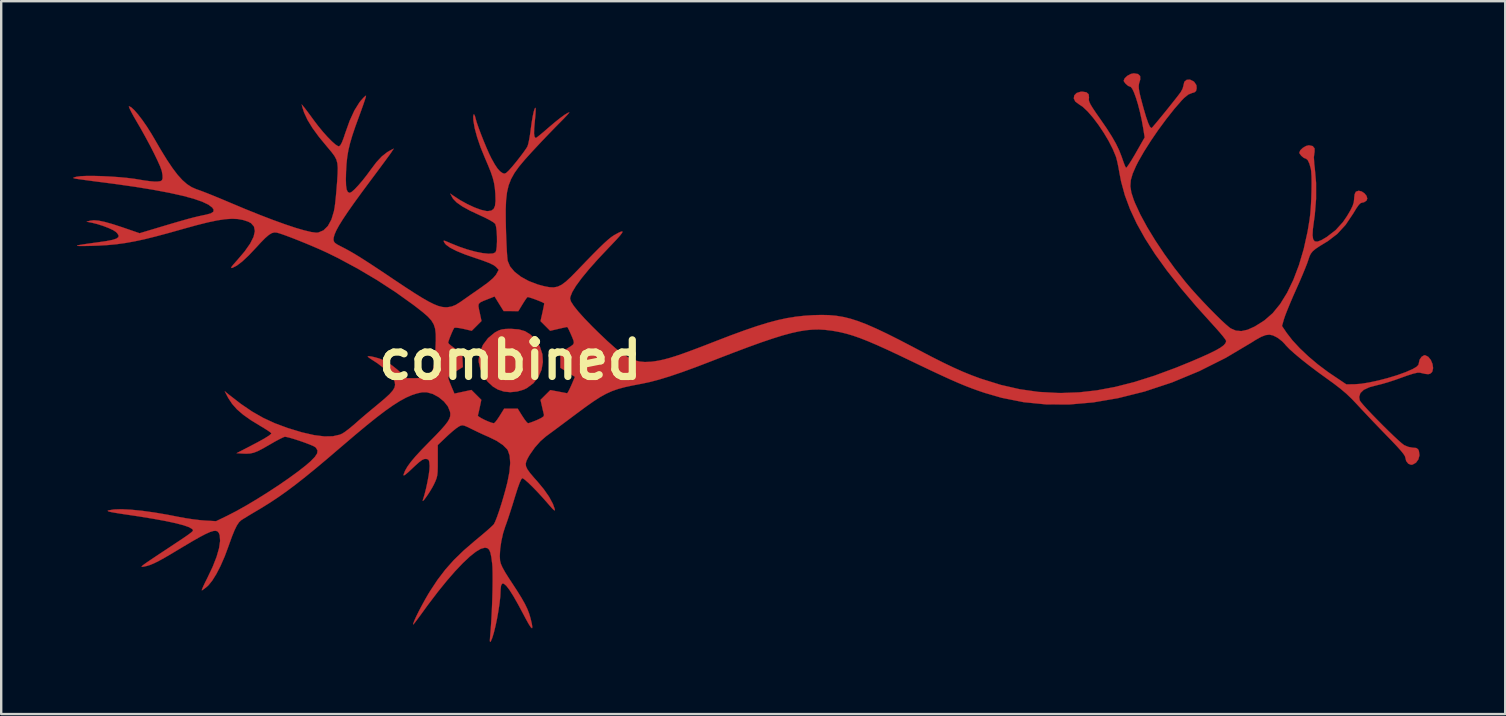
<source format=kicad_pcb>
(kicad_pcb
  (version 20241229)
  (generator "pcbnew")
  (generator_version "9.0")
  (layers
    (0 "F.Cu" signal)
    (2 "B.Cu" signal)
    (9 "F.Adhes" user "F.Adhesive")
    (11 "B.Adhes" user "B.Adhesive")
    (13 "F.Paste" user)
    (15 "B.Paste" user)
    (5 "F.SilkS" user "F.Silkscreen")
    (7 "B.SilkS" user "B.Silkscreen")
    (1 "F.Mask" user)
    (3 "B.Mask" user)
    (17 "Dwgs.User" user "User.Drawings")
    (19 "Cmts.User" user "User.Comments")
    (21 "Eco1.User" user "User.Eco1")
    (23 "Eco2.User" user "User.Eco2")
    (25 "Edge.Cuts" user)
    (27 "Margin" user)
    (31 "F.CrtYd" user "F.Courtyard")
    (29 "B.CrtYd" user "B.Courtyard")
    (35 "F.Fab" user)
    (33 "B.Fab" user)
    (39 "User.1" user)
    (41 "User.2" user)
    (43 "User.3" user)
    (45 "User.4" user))
  (footprint "combined"
    (layer "F.Cu")
    (at 18.21 11.943)
    (property "Reference" "combined" (at 0 0 0) (layer "F.SilkS") (effects (font (size 1.524 1.524) (thickness 0.3))))
    (attr through_hole)
    (fp_poly (pts (xy 0.353 -1.271) (xy 0.614 -1.195) (xy 0.838 -1.055) (xy 1.034 -0.858) (xy 1.228 -0.562) (xy 1.334 -0.24) (xy 1.356 0.091) (xy 1.299 0.414) (xy 1.165 0.714) (xy 0.959 0.973) (xy 0.684 1.176) (xy 0.556 1.238) (xy 0.286 1.316) (xy -0.004 1.345) (xy -0.264 1.319) (xy -0.268 1.318) (xy -0.515 1.237) (xy -0.721 1.115) (xy -0.924 0.927) (xy -0.952 0.898) (xy -1.123 0.658) (xy -1.25 0.376) (xy -1.316 0.092) (xy -1.321 -0.000001) (xy -1.273 -0.319) (xy -1.138 -0.629) (xy -0.929 -0.907) (xy -0.662 -1.129) (xy -0.619 -1.156) (xy -0.48 -1.229) (xy -0.35 -1.271) (xy -0.192 -1.29) (xy 0.025 -1.295) (xy 0.353 -1.271)) (stroke (width 0.01) (type solid)) (fill yes) (layer "F.Cu"))
    (fp_poly (pts (xy 26.148 -11.91) (xy 26.236 -11.826) (xy 26.241 -11.682) (xy 26.217 -11.6) (xy 26.189 -11.507) (xy 26.177 -11.408) (xy 26.184 -11.288) (xy 26.211 -11.129) (xy 26.262 -10.914) (xy 26.339 -10.625) (xy 26.376 -10.49) (xy 26.48 -10.134) (xy 26.569 -9.878) (xy 26.642 -9.72) (xy 26.7 -9.66) (xy 26.715 -9.661) (xy 26.758 -9.704) (xy 26.851 -9.812) (xy 26.982 -9.969) (xy 27.14 -10.161) (xy 27.312 -10.372) (xy 27.485 -10.588) (xy 27.648 -10.793) (xy 27.789 -10.972) (xy 27.894 -11.111) (xy 27.929 -11.158) (xy 28.004 -11.296) (xy 28.041 -11.425) (xy 28.042 -11.44) (xy 28.079 -11.587) (xy 28.177 -11.668) (xy 28.311 -11.677) (xy 28.458 -11.606) (xy 28.492 -11.578) (xy 28.581 -11.443) (xy 28.591 -11.313) (xy 28.565 -11.201) (xy 28.494 -11.144) (xy 28.397 -11.118) (xy 28.242 -11.054) (xy 28.068 -10.913) (xy 27.973 -10.816) (xy 27.655 -10.45) (xy 27.323 -10.03) (xy 26.991 -9.58) (xy 26.677 -9.12) (xy 26.395 -8.675) (xy 26.161 -8.267) (xy 26.065 -8.078) (xy 25.926 -7.76) (xy 25.847 -7.489) (xy 25.829 -7.237) (xy 25.87 -6.973) (xy 25.97 -6.667) (xy 26.025 -6.529) (xy 26.245 -6.054) (xy 26.53 -5.529) (xy 26.87 -4.971) (xy 27.254 -4.396) (xy 27.671 -3.821) (xy 28.111 -3.262) (xy 28.148 -3.217) (xy 28.356 -2.973) (xy 28.595 -2.706) (xy 28.852 -2.43) (xy 29.113 -2.156) (xy 29.367 -1.899) (xy 29.599 -1.671) (xy 29.798 -1.486) (xy 29.951 -1.356) (xy 30.015 -1.31) (xy 30.226 -1.219) (xy 30.456 -1.2) (xy 30.715 -1.257) (xy 31.011 -1.391) (xy 31.355 -1.606) (xy 31.428 -1.657) (xy 31.759 -1.946) (xy 32.07 -2.327) (xy 32.358 -2.793) (xy 32.62 -3.336) (xy 32.852 -3.947) (xy 33.051 -4.619) (xy 33.212 -5.344) (xy 33.297 -5.854) (xy 33.326 -6.099) (xy 33.349 -6.395) (xy 33.366 -6.72) (xy 33.376 -7.051) (xy 33.38 -7.365) (xy 33.376 -7.64) (xy 33.363 -7.853) (xy 33.349 -7.957) (xy 33.287 -8.179) (xy 33.217 -8.325) (xy 33.147 -8.382) (xy 33.141 -8.382) (xy 33.053 -8.418) (xy 32.953 -8.501) (xy 32.881 -8.594) (xy 32.868 -8.638) (xy 32.91 -8.734) (xy 33.015 -8.834) (xy 33.147 -8.911) (xy 33.265 -8.941) (xy 33.424 -8.908) (xy 33.504 -8.811) (xy 33.503 -8.654) (xy 33.495 -8.622) (xy 33.474 -8.444) (xy 33.49 -8.173) (xy 33.511 -8.001) (xy 33.566 -7.376) (xy 33.566 -6.707) (xy 33.512 -6.036) (xy 33.479 -5.8) (xy 33.433 -5.451) (xy 33.419 -5.195) (xy 33.444 -5.025) (xy 33.51 -4.938) (xy 33.622 -4.927) (xy 33.784 -4.987) (xy 34 -5.114) (xy 34.015 -5.124) (xy 34.384 -5.408) (xy 34.687 -5.743) (xy 34.858 -5.994) (xy 34.999 -6.233) (xy 35.089 -6.417) (xy 35.137 -6.57) (xy 35.153 -6.72) (xy 35.154 -6.753) (xy 35.172 -6.899) (xy 35.219 -7) (xy 35.228 -7.009) (xy 35.338 -7.047) (xy 35.464 -7.018) (xy 35.581 -6.94) (xy 35.667 -6.835) (xy 35.699 -6.722) (xy 35.666 -6.634) (xy 35.562 -6.567) (xy 35.488 -6.553) (xy 35.423 -6.532) (xy 35.347 -6.46) (xy 35.249 -6.323) (xy 35.118 -6.108) (xy 35.111 -6.096) (xy 34.797 -5.628) (xy 34.449 -5.249) (xy 34.058 -4.949) (xy 33.985 -4.905) (xy 33.732 -4.751) (xy 33.551 -4.631) (xy 33.428 -4.528) (xy 33.347 -4.426) (xy 33.291 -4.311) (xy 33.247 -4.179) (xy 33.2 -4.04) (xy 33.118 -3.83) (xy 33.01 -3.567) (xy 32.884 -3.272) (xy 32.748 -2.965) (xy 32.739 -2.946) (xy 32.603 -2.639) (xy 32.476 -2.341) (xy 32.367 -2.075) (xy 32.283 -1.86) (xy 32.233 -1.715) (xy 32.231 -1.71) (xy 32.146 -1.413) (xy 32.341 -1.125) (xy 32.577 -0.819) (xy 32.885 -0.486) (xy 33.246 -0.145) (xy 33.64 0.188) (xy 34.049 0.495) (xy 34.163 0.573) (xy 34.823 1.017) (xy 35.154 1.016) (xy 35.432 0.996) (xy 35.776 0.941) (xy 36.162 0.858) (xy 36.562 0.754) (xy 36.951 0.635) (xy 37.303 0.508) (xy 37.592 0.381) (xy 37.594 0.38) (xy 37.751 0.288) (xy 37.829 0.207) (xy 37.846 0.137) (xy 37.879 -0.009) (xy 37.961 -0.129) (xy 38.066 -0.192) (xy 38.113 -0.193) (xy 38.24 -0.129) (xy 38.345 0.001) (xy 38.416 0.168) (xy 38.441 0.339) (xy 38.41 0.483) (xy 38.376 0.529) (xy 38.315 0.577) (xy 38.238 0.595) (xy 38.121 0.584) (xy 37.937 0.543) (xy 37.893 0.532) (xy 37.788 0.533) (xy 37.615 0.572) (xy 37.364 0.652) (xy 37.131 0.736) (xy 36.853 0.835) (xy 36.567 0.928) (xy 36.309 1.003) (xy 36.119 1.05) (xy 35.787 1.138) (xy 35.552 1.247) (xy 35.412 1.381) (xy 35.362 1.541) (xy 35.385 1.684) (xy 35.432 1.756) (xy 35.541 1.886) (xy 35.699 2.06) (xy 35.893 2.266) (xy 36.112 2.491) (xy 36.342 2.723) (xy 36.571 2.95) (xy 36.787 3.158) (xy 36.977 3.335) (xy 37.129 3.469) (xy 37.23 3.547) (xy 37.236 3.551) (xy 37.405 3.622) (xy 37.585 3.657) (xy 37.606 3.657) (xy 37.741 3.67) (xy 37.814 3.722) (xy 37.849 3.792) (xy 37.874 3.97) (xy 37.828 4.143) (xy 37.727 4.283) (xy 37.587 4.361) (xy 37.523 4.369) (xy 37.407 4.324) (xy 37.319 4.212) (xy 37.287 4.08) (xy 37.269 4.015) (xy 37.209 3.919) (xy 37.101 3.784) (xy 36.937 3.601) (xy 36.711 3.362) (xy 36.535 3.182) (xy 36.269 2.907) (xy 35.988 2.615) (xy 35.714 2.327) (xy 35.47 2.067) (xy 35.289 1.872) (xy 35.054 1.624) (xy 34.827 1.407) (xy 34.581 1.199) (xy 34.291 0.976) (xy 34.037 0.793) (xy 33.644 0.508) (xy 33.278 0.232) (xy 32.951 -0.026) (xy 32.672 -0.259) (xy 32.453 -0.456) (xy 32.305 -0.61) (xy 32.271 -0.652) (xy 32.157 -0.772) (xy 32 -0.896) (xy 31.925 -0.944) (xy 31.768 -1.021) (xy 31.621 -1.052) (xy 31.463 -1.033) (xy 31.276 -0.96) (xy 31.042 -0.829) (xy 30.87 -0.72) (xy 29.805 -0.087) (xy 28.7 0.467) (xy 27.566 0.938) (xy 26.418 1.318) (xy 25.318 1.593) (xy 24.282 1.77) (xy 23.287 1.857) (xy 22.325 1.854) (xy 21.389 1.762) (xy 20.47 1.579) (xy 19.77 1.376) (xy 19.497 1.284) (xy 19.231 1.188) (xy 18.959 1.083) (xy 18.668 0.962) (xy 18.345 0.821) (xy 17.977 0.653) (xy 17.551 0.454) (xy 17.053 0.217) (xy 16.764 0.078) (xy 16.189 -0.197) (xy 15.694 -0.429) (xy 15.266 -0.622) (xy 14.895 -0.78) (xy 14.57 -0.908) (xy 14.28 -1.009) (xy 14.014 -1.089) (xy 13.761 -1.151) (xy 13.509 -1.199) (xy 13.364 -1.222) (xy 13.11 -1.252) (xy 12.858 -1.267) (xy 12.6 -1.262) (xy 12.328 -1.238) (xy 12.033 -1.191) (xy 11.708 -1.119) (xy 11.342 -1.02) (xy 10.929 -0.891) (xy 10.458 -0.732) (xy 9.923 -0.539) (xy 9.313 -0.31) (xy 8.622 -0.044) (xy 8.407 0.04) (xy 7.74 0.296) (xy 7.155 0.509) (xy 6.643 0.683) (xy 6.195 0.82) (xy 5.802 0.923) (xy 5.486 0.99) (xy 5.097 1.064) (xy 4.77 1.135) (xy 4.488 1.211) (xy 4.234 1.3) (xy 3.991 1.41) (xy 3.742 1.548) (xy 3.469 1.724) (xy 3.156 1.944) (xy 2.785 2.218) (xy 2.667 2.306) (xy 2.381 2.52) (xy 2.11 2.722) (xy 1.869 2.902) (xy 1.672 3.047) (xy 1.534 3.149) (xy 1.49 3.181) (xy 1.252 3.387) (xy 1.013 3.658) (xy 0.803 3.959) (xy 0.737 4.073) (xy 0.671 4.207) (xy 0.641 4.322) (xy 0.653 4.434) (xy 0.712 4.561) (xy 0.827 4.72) (xy 1.002 4.926) (xy 1.117 5.054) (xy 1.392 5.385) (xy 1.614 5.703) (xy 1.771 5.994) (xy 1.85 6.214) (xy 1.854 6.267) (xy 1.824 6.263) (xy 1.751 6.195) (xy 1.628 6.057) (xy 1.566 5.985) (xy 1.349 5.738) (xy 1.133 5.503) (xy 0.929 5.293) (xy 0.751 5.12) (xy 0.61 4.996) (xy 0.518 4.933) (xy 0.498 4.928) (xy 0.454 4.974) (xy 0.39 5.113) (xy 0.305 5.347) (xy 0.2 5.679) (xy 0.177 5.753) (xy 0.083 6.06) (xy -0.014 6.362) (xy -0.103 6.634) (xy -0.178 6.85) (xy -0.21 6.934) (xy -0.303 7.227) (xy -0.376 7.555) (xy -0.424 7.883) (xy -0.44 8.179) (xy -0.428 8.366) (xy -0.396 8.492) (xy -0.329 8.645) (xy -0.22 8.841) (xy -0.061 9.095) (xy 0.051 9.266) (xy 0.286 9.625) (xy 0.468 9.919) (xy 0.607 10.165) (xy 0.71 10.379) (xy 0.786 10.576) (xy 0.839 10.754) (xy 0.894 10.986) (xy 0.916 11.128) (xy 0.903 11.179) (xy 0.853 11.138) (xy 0.766 11.004) (xy 0.64 10.778) (xy 0.569 10.643) (xy 0.331 10.197) (xy 0.13 9.844) (xy -0.036 9.582) (xy -0.169 9.409) (xy -0.271 9.323) (xy -0.344 9.323) (xy -0.388 9.407) (xy -0.406 9.573) (xy -0.407 9.617) (xy -0.418 9.851) (xy -0.449 10.136) (xy -0.496 10.451) (xy -0.553 10.774) (xy -0.618 11.084) (xy -0.686 11.36) (xy -0.752 11.579) (xy -0.813 11.722) (xy -0.818 11.73) (xy -0.846 11.749) (xy -0.853 11.681) (xy -0.843 11.532) (xy -0.815 11.194) (xy -0.79 10.811) (xy -0.769 10.402) (xy -0.753 9.985) (xy -0.742 9.58) (xy -0.737 9.206) (xy -0.738 8.881) (xy -0.745 8.625) (xy -0.755 8.498) (xy -0.791 8.219) (xy -0.831 8.027) (xy -0.882 7.907) (xy -0.95 7.844) (xy -1.042 7.824) (xy -1.061 7.823) (xy -1.226 7.866) (xy -1.437 7.991) (xy -1.69 8.192) (xy -1.98 8.465) (xy -2.302 8.804) (xy -2.65 9.204) (xy -3.019 9.66) (xy -3.405 10.167) (xy -3.581 10.408) (xy -3.737 10.623) (xy -3.872 10.805) (xy -3.974 10.94) (xy -4.033 11.014) (xy -4.043 11.024) (xy -4.044 10.982) (xy -4.002 10.869) (xy -3.925 10.699) (xy -3.822 10.489) (xy -3.699 10.254) (xy -3.566 10.01) (xy -3.43 9.774) (xy -3.348 9.639) (xy -3.034 9.163) (xy -2.709 8.737) (xy -2.354 8.337) (xy -1.948 7.943) (xy -1.472 7.532) (xy -1.41 7.482) (xy -1.187 7.296) (xy -0.986 7.125) (xy -0.825 6.981) (xy -0.718 6.879) (xy -0.685 6.842) (xy -0.63 6.733) (xy -0.555 6.544) (xy -0.468 6.295) (xy -0.374 6.003) (xy -0.28 5.688) (xy -0.191 5.369) (xy -0.119 5.086) (xy -0.036 4.66) (xy -0.005 4.293) (xy -0.027 3.994) (xy -0.102 3.772) (xy -0.133 3.723) (xy -0.31 3.546) (xy -0.57 3.371) (xy -0.895 3.212) (xy -0.914 3.204) (xy -1.098 3.123) (xy -1.327 3.017) (xy -1.556 2.906) (xy -1.589 2.89) (xy -1.782 2.795) (xy -1.908 2.742) (xy -1.995 2.724) (xy -2.065 2.737) (xy -2.139 2.772) (xy -2.243 2.841) (xy -2.394 2.962) (xy -2.567 3.114) (xy -2.658 3.199) (xy -3.023 3.547) (xy -3.023 4.199) (xy -3.024 4.472) (xy -3.03 4.668) (xy -3.046 4.814) (xy -3.075 4.934) (xy -3.122 5.055) (xy -3.181 5.182) (xy -3.253 5.318) (xy -3.343 5.468) (xy -3.438 5.615) (xy -3.528 5.743) (xy -3.6 5.836) (xy -3.645 5.877) (xy -3.649 5.851) (xy -3.645 5.838) (xy -3.578 5.62) (xy -3.511 5.357) (xy -3.451 5.077) (xy -3.402 4.808) (xy -3.371 4.579) (xy -3.362 4.417) (xy -3.363 4.411) (xy -3.376 4.253) (xy -3.402 4.17) (xy -3.455 4.135) (xy -3.515 4.124) (xy -3.591 4.13) (xy -3.679 4.171) (xy -3.798 4.259) (xy -3.961 4.404) (xy -4.068 4.505) (xy -4.251 4.676) (xy -4.371 4.777) (xy -4.435 4.815) (xy -4.451 4.795) (xy -4.447 4.775) (xy -4.386 4.618) (xy -4.288 4.447) (xy -4.146 4.251) (xy -3.951 4.019) (xy -3.694 3.742) (xy -3.404 3.444) (xy -3.113 3.149) (xy -2.889 2.912) (xy -2.724 2.724) (xy -2.609 2.574) (xy -2.539 2.45) (xy -2.505 2.343) (xy -2.5 2.241) (xy -2.511 2.163) (xy -2.599 1.941) (xy -2.765 1.732) (xy -2.984 1.552) (xy -3.231 1.418) (xy -3.484 1.348) (xy -3.675 1.349) (xy -3.891 1.396) (xy -4.112 1.469) (xy -4.348 1.573) (xy -4.605 1.713) (xy -4.89 1.894) (xy -5.211 2.12) (xy -5.575 2.397) (xy -5.99 2.73) (xy -6.462 3.123) (xy -7 3.582) (xy -7.044 3.619) (xy -7.602 4.097) (xy -8.098 4.513) (xy -8.542 4.875) (xy -8.944 5.191) (xy -9.317 5.47) (xy -9.669 5.719) (xy -10.013 5.947) (xy -10.358 6.162) (xy -10.516 6.256) (xy -10.744 6.391) (xy -10.948 6.514) (xy -11.11 6.613) (xy -11.207 6.675) (xy -11.214 6.68) (xy -11.303 6.764) (xy -11.392 6.897) (xy -11.487 7.089) (xy -11.595 7.355) (xy -11.722 7.705) (xy -11.743 7.765) (xy -11.902 8.192) (xy -12.074 8.584) (xy -12.25 8.925) (xy -12.423 9.201) (xy -12.583 9.396) (xy -12.62 9.43) (xy -12.739 9.527) (xy -12.827 9.589) (xy -12.853 9.601) (xy -12.845 9.559) (xy -12.797 9.445) (xy -12.718 9.276) (xy -12.619 9.079) (xy -12.401 8.621) (xy -12.239 8.208) (xy -12.135 7.846) (xy -12.09 7.544) (xy -12.106 7.31) (xy -12.143 7.21) (xy -12.192 7.149) (xy -12.263 7.12) (xy -12.365 7.125) (xy -12.507 7.168) (xy -12.698 7.253) (xy -12.945 7.383) (xy -13.258 7.561) (xy -13.645 7.791) (xy -13.743 7.85) (xy -14.113 8.072) (xy -14.411 8.246) (xy -14.649 8.377) (xy -14.84 8.472) (xy -14.998 8.539) (xy -15.135 8.582) (xy -15.238 8.605) (xy -15.306 8.617) (xy -15.35 8.62) (xy -15.361 8.609) (xy -15.333 8.576) (xy -15.257 8.517) (xy -15.127 8.425) (xy -14.934 8.295) (xy -14.671 8.119) (xy -14.351 7.908) (xy -14.004 7.678) (xy -13.733 7.498) (xy -13.53 7.361) (xy -13.386 7.259) (xy -13.292 7.187) (xy -13.239 7.137) (xy -13.22 7.103) (xy -13.226 7.077) (xy -13.248 7.054) (xy -13.261 7.041) (xy -13.387 6.967) (xy -13.613 6.888) (xy -13.937 6.803) (xy -14.36 6.712) (xy -14.879 6.617) (xy -15.492 6.517) (xy -15.923 6.453) (xy -16.259 6.403) (xy -16.503 6.363) (xy -16.664 6.332) (xy -16.752 6.307) (xy -16.775 6.287) (xy -16.743 6.269) (xy -16.739 6.268) (xy -16.512 6.23) (xy -16.197 6.221) (xy -15.807 6.24) (xy -15.349 6.285) (xy -14.835 6.356) (xy -14.275 6.451) (xy -13.843 6.536) (xy -13.544 6.591) (xy -13.221 6.64) (xy -12.92 6.676) (xy -12.746 6.691) (xy -12.259 6.719) (xy -11.781 6.487) (xy -11.405 6.293) (xy -10.985 6.057) (xy -10.539 5.79) (xy -10.084 5.505) (xy -9.636 5.211) (xy -9.215 4.92) (xy -8.836 4.644) (xy -8.517 4.394) (xy -8.321 4.224) (xy -8.142 4.04) (xy -8.047 3.894) (xy -8.033 3.773) (xy -8.095 3.664) (xy -8.125 3.635) (xy -8.208 3.587) (xy -8.365 3.521) (xy -8.568 3.444) (xy -8.794 3.365) (xy -9.016 3.294) (xy -9.21 3.237) (xy -9.351 3.206) (xy -9.393 3.201) (xy -9.466 3.227) (xy -9.606 3.295) (xy -9.794 3.395) (xy -10.009 3.519) (xy -10.03 3.531) (xy -10.303 3.688) (xy -10.514 3.797) (xy -10.687 3.865) (xy -10.844 3.899) (xy -11.009 3.908) (xy -11.151 3.902) (xy -11.405 3.886) (xy -10.871 3.611) (xy -10.511 3.422) (xy -10.242 3.272) (xy -10.063 3.16) (xy -9.971 3.085) (xy -9.957 3.058) (xy -9.998 3.017) (xy -10.109 2.939) (xy -10.271 2.837) (xy -10.404 2.757) (xy -10.81 2.509) (xy -11.133 2.28) (xy -11.388 2.06) (xy -11.588 1.834) (xy -11.748 1.592) (xy -11.795 1.504) (xy -11.897 1.306) (xy -11.727 1.445) (xy -11.224 1.834) (xy -10.754 2.154) (xy -10.289 2.418) (xy -9.807 2.641) (xy -9.281 2.836) (xy -9.262 2.842) (xy -8.682 3.018) (xy -8.179 3.133) (xy -7.751 3.187) (xy -7.394 3.181) (xy -7.104 3.115) (xy -7.008 3.073) (xy -6.893 3) (xy -6.731 2.878) (xy -6.548 2.727) (xy -6.457 2.648) (xy -6.271 2.484) (xy -6.035 2.282) (xy -5.777 2.066) (xy -5.528 1.86) (xy -5.505 1.841) (xy -5.232 1.611) (xy -5.033 1.428) (xy -4.901 1.279) (xy -4.826 1.153) (xy -4.801 1.037) (xy -4.817 0.919) (xy -4.826 0.888) (xy -4.917 0.722) (xy -5.077 0.529) (xy -5.29 0.329) (xy -5.534 0.141) (xy -5.652 0.064) (xy -5.798 -0.03) (xy -5.903 -0.103) (xy -5.944 -0.141) (xy -5.944 -0.141) (xy -5.9 -0.155) (xy -5.787 -0.142) (xy -5.632 -0.107) (xy -5.46 -0.057) (xy -5.299 0.002) (xy -5.258 0.02) (xy -5.1 0.11) (xy -4.906 0.247) (xy -4.711 0.404) (xy -4.66 0.449) (xy -4.316 0.762) (xy -3.949 0.761) (xy -3.704 0.752) (xy -3.595 0.731) (xy -2.591 0.731) (xy -2.572 0.804) (xy -2.523 0.94) (xy -2.46 1.096) (xy -2.329 1.404) (xy -1.975 1.328) (xy -1.62 1.252) (xy -1.209 1.663) (xy -1.271 1.96) (xy -1.308 2.13) (xy -1.339 2.262) (xy -1.355 2.316) (xy -1.322 2.358) (xy -1.221 2.421) (xy -1.08 2.495) (xy -0.925 2.564) (xy -0.785 2.616) (xy -0.686 2.639) (xy -0.686 2.639) (xy -0.636 2.599) (xy -0.552 2.494) (xy -0.453 2.346) (xy -0.447 2.336) (xy -0.258 2.032) (xy 0.308 2.032) (xy 0.497 2.335) (xy 0.597 2.485) (xy 0.683 2.594) (xy 0.735 2.639) (xy 0.737 2.639) (xy 0.806 2.622) (xy 0.94 2.574) (xy 1.106 2.507) (xy 1.287 2.421) (xy 1.383 2.353) (xy 1.403 2.293) (xy 1.402 2.291) (xy 1.379 2.197) (xy 1.343 2.045) (xy 1.319 1.938) (xy 1.257 1.665) (xy 1.666 1.257) (xy 2 1.32) (xy 2.174 1.353) (xy 2.306 1.378) (xy 2.365 1.39) (xy 2.398 1.35) (xy 2.457 1.239) (xy 2.531 1.079) (xy 2.543 1.052) (xy 2.69 0.707) (xy 2.087 0.33) (xy 2.085 0.016) (xy 2.083 -0.299) (xy 2.384 -0.485) (xy 2.526 -0.572) (xy 2.612 -0.638) (xy 2.646 -0.707) (xy 2.632 -0.803) (xy 2.575 -0.95) (xy 2.496 -1.13) (xy 2.433 -1.266) (xy 2.384 -1.354) (xy 2.367 -1.372) (xy 2.309 -1.361) (xy 2.18 -1.333) (xy 2.007 -1.294) (xy 2.001 -1.292) (xy 1.659 -1.213) (xy 1.458 -1.414) (xy 1.257 -1.615) (xy 1.34 -1.984) (xy 1.378 -2.162) (xy 1.404 -2.296) (xy 1.411 -2.359) (xy 1.41 -2.361) (xy 1.317 -2.408) (xy 1.175 -2.467) (xy 1.014 -2.529) (xy 0.863 -2.581) (xy 0.753 -2.614) (xy 0.714 -2.618) (xy 0.669 -2.565) (xy 0.59 -2.45) (xy 0.504 -2.313) (xy 0.334 -2.032) (xy 0.027 -2.033) (xy -0.279 -2.033) (xy -0.468 -2.337) (xy -0.656 -2.642) (xy -0.92 -2.538) (xy -1.125 -2.457) (xy -1.252 -2.396) (xy -1.315 -2.333) (xy -1.329 -2.245) (xy -1.307 -2.111) (xy -1.278 -1.981) (xy -1.201 -1.62) (xy -1.608 -1.213) (xy -1.956 -1.294) (xy -2.133 -1.328) (xy -2.269 -1.343) (xy -2.336 -1.336) (xy -2.337 -1.335) (xy -2.379 -1.262) (xy -2.439 -1.131) (xy -2.503 -0.976) (xy -2.558 -0.831) (xy -2.588 -0.733) (xy -2.591 -0.716) (xy -2.551 -0.663) (xy -2.448 -0.576) (xy -2.302 -0.473) (xy -2.299 -0.47) (xy -2.007 -0.277) (xy -1.976 0.296) (xy -2.284 0.485) (xy -2.435 0.586) (xy -2.545 0.673) (xy -2.591 0.729) (xy -2.591 0.731) (xy -3.595 0.731) (xy -3.515 0.716) (xy -3.374 0.643) (xy -3.273 0.52) (xy -3.204 0.337) (xy -3.159 0.081) (xy -3.13 -0.259) (xy -3.119 -0.46) (xy -3.105 -0.804) (xy -3.107 -1.077) (xy -3.132 -1.296) (xy -3.191 -1.48) (xy -3.291 -1.646) (xy -3.443 -1.812) (xy -3.656 -1.996) (xy -3.938 -2.216) (xy -4.061 -2.309) (xy -4.771 -2.817) (xy -5.547 -3.322) (xy -6.358 -3.802) (xy -7.171 -4.239) (xy -7.62 -4.46) (xy -7.883 -4.581) (xy -8.184 -4.712) (xy -8.503 -4.846) (xy -8.823 -4.976) (xy -9.124 -5.094) (xy -9.388 -5.193) (xy -9.596 -5.265) (xy -9.728 -5.303) (xy -9.833 -5.31) (xy -9.94 -5.281) (xy -10.062 -5.206) (xy -10.212 -5.077) (xy -10.402 -4.884) (xy -10.59 -4.679) (xy -10.9 -4.351) (xy -11.171 -4.098) (xy -11.399 -3.925) (xy -11.58 -3.834) (xy -11.58 -3.834) (xy -11.627 -3.83) (xy -11.62 -3.868) (xy -11.553 -3.956) (xy -11.422 -4.105) (xy -11.39 -4.14) (xy -11.07 -4.516) (xy -10.838 -4.846) (xy -10.696 -5.129) (xy -10.642 -5.366) (xy -10.679 -5.555) (xy -10.804 -5.698) (xy -10.923 -5.76) (xy -11.129 -5.828) (xy -11.35 -5.869) (xy -11.596 -5.88) (xy -11.879 -5.862) (xy -12.21 -5.812) (xy -12.602 -5.73) (xy -13.065 -5.614) (xy -13.611 -5.463) (xy -13.636 -5.456) (xy -14.243 -5.285) (xy -14.77 -5.144) (xy -15.232 -5.029) (xy -15.647 -4.94) (xy -16.029 -4.871) (xy -16.395 -4.82) (xy -16.76 -4.785) (xy -17.142 -4.762) (xy -17.45 -4.751) (xy -17.735 -4.745) (xy -17.931 -4.744) (xy -18.037 -4.75) (xy -18.049 -4.763) (xy -17.967 -4.784) (xy -17.789 -4.814) (xy -17.513 -4.854) (xy -17.157 -4.902) (xy -16.816 -4.952) (xy -16.568 -5.001) (xy -16.408 -5.054) (xy -16.327 -5.115) (xy -16.319 -5.187) (xy -16.376 -5.276) (xy -16.427 -5.328) (xy -16.544 -5.405) (xy -16.732 -5.493) (xy -16.962 -5.581) (xy -17.207 -5.659) (xy -17.438 -5.717) (xy -17.458 -5.72) (xy -17.653 -5.757) (xy -17.501 -5.799) (xy -17.351 -5.818) (xy -17.151 -5.801) (xy -16.89 -5.746) (xy -16.558 -5.653) (xy -16.145 -5.518) (xy -16.117 -5.508) (xy -15.445 -5.277) (xy -14.517 -5.555) (xy -14.081 -5.685) (xy -13.726 -5.788) (xy -13.436 -5.87) (xy -13.195 -5.934) (xy -12.986 -5.984) (xy -12.795 -6.026) (xy -12.684 -6.048) (xy -12.48 -6.103) (xy -12.373 -6.172) (xy -12.361 -6.26) (xy -12.417 -6.346) (xy -12.579 -6.469) (xy -12.841 -6.593) (xy -13.201 -6.717) (xy -13.659 -6.84) (xy -14.212 -6.963) (xy -14.86 -7.085) (xy -15.6 -7.206) (xy -16.432 -7.325) (xy -16.942 -7.392) (xy -17.267 -7.433) (xy -17.565 -7.473) (xy -17.818 -7.507) (xy -18.009 -7.534) (xy -18.121 -7.552) (xy -18.136 -7.555) (xy -18.205 -7.575) (xy -18.196 -7.595) (xy -18.098 -7.623) (xy -18.059 -7.632) (xy -17.897 -7.653) (xy -17.654 -7.664) (xy -17.351 -7.664) (xy -17.009 -7.655) (xy -16.648 -7.637) (xy -16.287 -7.612) (xy -15.949 -7.58) (xy -15.653 -7.543) (xy -15.505 -7.518) (xy -15.251 -7.476) (xy -15.012 -7.444) (xy -14.818 -7.427) (xy -14.717 -7.427) (xy -14.578 -7.445) (xy -14.511 -7.487) (xy -14.486 -7.567) (xy -14.489 -7.696) (xy -14.518 -7.86) (xy -14.528 -7.897) (xy -14.591 -8.067) (xy -14.698 -8.306) (xy -14.839 -8.598) (xy -15.007 -8.927) (xy -15.194 -9.275) (xy -15.389 -9.626) (xy -15.562 -9.922) (xy -15.692 -10.147) (xy -15.795 -10.338) (xy -15.864 -10.479) (xy -15.891 -10.557) (xy -15.886 -10.566) (xy -15.796 -10.524) (xy -15.667 -10.406) (xy -15.509 -10.225) (xy -15.331 -9.993) (xy -15.144 -9.724) (xy -14.958 -9.43) (xy -14.862 -9.267) (xy -14.566 -8.758) (xy -14.305 -8.334) (xy -14.071 -7.986) (xy -13.859 -7.707) (xy -13.66 -7.488) (xy -13.469 -7.321) (xy -13.279 -7.198) (xy -13.082 -7.111) (xy -13.028 -7.093) (xy -12.891 -7.044) (xy -12.679 -6.963) (xy -12.412 -6.856) (xy -12.107 -6.731) (xy -11.785 -6.596) (xy -11.684 -6.553) (xy -11.038 -6.282) (xy -10.436 -6.04) (xy -9.884 -5.828) (xy -9.388 -5.649) (xy -8.955 -5.504) (xy -8.589 -5.397) (xy -8.299 -5.328) (xy -8.09 -5.3) (xy -8.004 -5.305) (xy -7.785 -5.396) (xy -7.6 -5.579) (xy -7.453 -5.848) (xy -7.348 -6.198) (xy -7.32 -6.351) (xy -7.297 -6.525) (xy -7.271 -6.77) (xy -7.245 -7.058) (xy -7.221 -7.358) (xy -7.215 -7.431) (xy -7.195 -7.755) (xy -7.189 -8) (xy -7.205 -8.19) (xy -7.248 -8.347) (xy -7.326 -8.495) (xy -7.445 -8.656) (xy -7.611 -8.854) (xy -7.62 -8.865) (xy -7.971 -9.289) (xy -8.245 -9.664) (xy -8.45 -9.999) (xy -8.592 -10.304) (xy -8.66 -10.516) (xy -8.692 -10.643) (xy -8.601 -10.535) (xy -8.532 -10.448) (xy -8.422 -10.303) (xy -8.289 -10.122) (xy -8.204 -10.005) (xy -8.008 -9.746) (xy -7.806 -9.5) (xy -7.61 -9.281) (xy -7.431 -9.1) (xy -7.282 -8.97) (xy -7.174 -8.903) (xy -7.138 -8.898) (xy -7.082 -8.94) (xy -7.019 -9.054) (xy -6.943 -9.249) (xy -6.886 -9.423) (xy -6.696 -9.956) (xy -6.497 -10.39) (xy -6.289 -10.724) (xy -6.22 -10.81) (xy -6.116 -10.925) (xy -6.039 -10.995) (xy -6.012 -11.007) (xy -6.021 -10.955) (xy -6.062 -10.823) (xy -6.128 -10.629) (xy -6.214 -10.388) (xy -6.29 -10.179) (xy -6.455 -9.728) (xy -6.583 -9.349) (xy -6.679 -9.022) (xy -6.749 -8.728) (xy -6.796 -8.445) (xy -6.827 -8.154) (xy -6.844 -7.844) (xy -6.852 -7.508) (xy -6.844 -7.262) (xy -6.819 -7.096) (xy -6.773 -6.999) (xy -6.707 -6.961) (xy -6.686 -6.96) (xy -6.609 -6.999) (xy -6.486 -7.107) (xy -6.331 -7.271) (xy -6.156 -7.475) (xy -5.974 -7.707) (xy -5.828 -7.906) (xy -5.582 -8.232) (xy -5.356 -8.475) (xy -5.136 -8.649) (xy -5.018 -8.718) (xy -4.857 -8.801) (xy -4.951 -8.657) (xy -5.007 -8.577) (xy -5.115 -8.429) (xy -5.264 -8.226) (xy -5.446 -7.98) (xy -5.649 -7.707) (xy -5.797 -7.509) (xy -6.178 -6.996) (xy -6.498 -6.556) (xy -6.761 -6.182) (xy -6.971 -5.868) (xy -7.133 -5.608) (xy -7.249 -5.396) (xy -7.323 -5.226) (xy -7.36 -5.092) (xy -7.366 -5.026) (xy -7.356 -4.946) (xy -7.312 -4.88) (xy -7.217 -4.811) (xy -7.049 -4.722) (xy -7.023 -4.709) (xy -6.851 -4.62) (xy -6.677 -4.524) (xy -6.489 -4.415) (xy -6.276 -4.285) (xy -6.028 -4.127) (xy -5.732 -3.935) (xy -5.378 -3.701) (xy -4.956 -3.418) (xy -4.821 -3.327) (xy -4.367 -3.025) (xy -3.986 -2.778) (xy -3.669 -2.582) (xy -3.406 -2.431) (xy -3.188 -2.322) (xy -3.005 -2.248) (xy -2.849 -2.207) (xy -2.711 -2.192) (xy -2.622 -2.194) (xy -2.444 -2.224) (xy -2.278 -2.29) (xy -2.086 -2.409) (xy -2.056 -2.43) (xy -1.89 -2.546) (xy -1.671 -2.7) (xy -1.428 -2.869) (xy -1.219 -3.014) (xy -0.926 -3.228) (xy -0.721 -3.404) (xy -0.6 -3.544) (xy -0.585 -3.569) (xy -0.485 -3.753) (xy -0.603 -3.879) (xy -0.706 -3.954) (xy -0.89 -4.041) (xy -1.161 -4.144) (xy -1.44 -4.238) (xy -1.883 -4.391) (xy -2.24 -4.537) (xy -2.507 -4.674) (xy -2.681 -4.8) (xy -2.743 -4.877) (xy -2.775 -4.941) (xy -2.773 -4.969) (xy -2.72 -4.958) (xy -2.6 -4.909) (xy -2.483 -4.858) (xy -2.132 -4.716) (xy -1.784 -4.598) (xy -1.455 -4.508) (xy -1.158 -4.449) (xy -0.909 -4.423) (xy -0.723 -4.434) (xy -0.62 -4.481) (xy -0.587 -4.565) (xy -0.566 -4.723) (xy -0.556 -4.928) (xy -0.558 -5.151) (xy -0.57 -5.366) (xy -0.593 -5.544) (xy -0.626 -5.66) (xy -0.634 -5.672) (xy -0.709 -5.735) (xy -0.856 -5.823) (xy -1.053 -5.925) (xy -1.249 -6.016) (xy -1.673 -6.214) (xy -2.001 -6.394) (xy -2.237 -6.56) (xy -2.385 -6.712) (xy -2.417 -6.765) (xy -2.503 -6.93) (xy -2.382 -6.844) (xy -2.096 -6.658) (xy -1.793 -6.491) (xy -1.496 -6.352) (xy -1.226 -6.253) (xy -1.006 -6.202) (xy -0.94 -6.198) (xy -0.796 -6.218) (xy -0.697 -6.287) (xy -0.639 -6.417) (xy -0.616 -6.621) (xy -0.624 -6.911) (xy -0.624 -6.924) (xy -0.645 -7.157) (xy -0.678 -7.369) (xy -0.731 -7.581) (xy -0.811 -7.819) (xy -0.925 -8.103) (xy -1.057 -8.411) (xy -1.238 -8.853) (xy -1.382 -9.274) (xy -1.485 -9.653) (xy -1.539 -9.968) (xy -1.539 -9.97) (xy -1.546 -10.136) (xy -1.532 -10.222) (xy -1.502 -10.22) (xy -1.464 -10.125) (xy -1.448 -10.058) (xy -1.403 -9.9) (xy -1.325 -9.676) (xy -1.225 -9.408) (xy -1.112 -9.123) (xy -0.996 -8.844) (xy -0.887 -8.596) (xy -0.794 -8.405) (xy -0.789 -8.396) (xy -0.649 -8.145) (xy -0.533 -7.971) (xy -0.428 -7.855) (xy -0.323 -7.782) (xy -0.251 -7.759) (xy -0.178 -7.786) (xy -0.078 -7.877) (xy -0.042 -7.915) (xy 0.091 -8.065) (xy 0.248 -8.255) (xy 0.408 -8.46) (xy 0.554 -8.654) (xy 0.665 -8.813) (xy 0.711 -8.889) (xy 0.744 -8.989) (xy 0.782 -9.163) (xy 0.82 -9.384) (xy 0.844 -9.563) (xy 0.887 -9.878) (xy 0.931 -10.141) (xy 0.974 -10.34) (xy 1.013 -10.465) (xy 1.045 -10.502) (xy 1.05 -10.499) (xy 1.056 -10.44) (xy 1.051 -10.303) (xy 1.036 -10.11) (xy 1.02 -9.943) (xy 0.993 -9.64) (xy 0.988 -9.429) (xy 1.007 -9.301) (xy 1.049 -9.248) (xy 1.064 -9.246) (xy 1.114 -9.277) (xy 1.224 -9.364) (xy 1.379 -9.492) (xy 1.561 -9.65) (xy 1.579 -9.666) (xy 1.845 -9.892) (xy 2.077 -10.077) (xy 2.266 -10.214) (xy 2.401 -10.294) (xy 2.458 -10.312) (xy 2.437 -10.279) (xy 2.356 -10.188) (xy 2.226 -10.051) (xy 2.061 -9.883) (xy 2.02 -9.843) (xy 1.824 -9.643) (xy 1.582 -9.393) (xy 1.318 -9.117) (xy 1.056 -8.837) (xy 0.888 -8.657) (xy 0.595 -8.332) (xy 0.358 -8.048) (xy 0.172 -7.788) (xy 0.031 -7.535) (xy -0.071 -7.274) (xy -0.138 -6.987) (xy -0.177 -6.658) (xy -0.193 -6.271) (xy -0.191 -5.809) (xy -0.184 -5.486) (xy -0.174 -5.141) (xy -0.16 -4.818) (xy -0.146 -4.533) (xy -0.13 -4.307) (xy -0.115 -4.157) (xy -0.109 -4.123) (xy -0.012 -3.893) (xy 0.175 -3.671) (xy 0.438 -3.466) (xy 0.765 -3.286) (xy 1.145 -3.141) (xy 1.416 -3.068) (xy 1.628 -3.028) (xy 1.807 -3.02) (xy 1.97 -3.051) (xy 2.133 -3.128) (xy 2.312 -3.26) (xy 2.523 -3.455) (xy 2.782 -3.719) (xy 2.79 -3.727) (xy 3.153 -4.105) (xy 3.455 -4.415) (xy 3.703 -4.664) (xy 3.905 -4.858) (xy 4.068 -5.005) (xy 4.199 -5.112) (xy 4.306 -5.185) (xy 4.326 -5.197) (xy 4.506 -5.296) (xy 4.622 -5.348) (xy 4.674 -5.349) (xy 4.658 -5.296) (xy 4.574 -5.185) (xy 4.421 -5.013) (xy 4.196 -4.775) (xy 4.107 -4.683) (xy 3.657 -4.206) (xy 3.277 -3.78) (xy 2.97 -3.406) (xy 2.736 -3.088) (xy 2.579 -2.827) (xy 2.5 -2.626) (xy 2.489 -2.547) (xy 2.528 -2.427) (xy 2.644 -2.247) (xy 2.833 -2.011) (xy 3.092 -1.723) (xy 3.419 -1.386) (xy 3.678 -1.131) (xy 4.054 -0.774) (xy 4.376 -0.488) (xy 4.657 -0.268) (xy 4.908 -0.106) (xy 5.142 0.003) (xy 5.37 0.066) (xy 5.604 0.088) (xy 5.857 0.077) (xy 5.995 0.06) (xy 6.19 0.028) (xy 6.396 -0.017) (xy 6.624 -0.078) (xy 6.886 -0.159) (xy 7.194 -0.264) (xy 7.56 -0.398) (xy 7.995 -0.562) (xy 8.512 -0.763) (xy 8.514 -0.764) (xy 9.171 -1.017) (xy 9.75 -1.229) (xy 10.262 -1.404) (xy 10.72 -1.546) (xy 11.137 -1.657) (xy 11.525 -1.741) (xy 11.897 -1.801) (xy 12.266 -1.841) (xy 12.633 -1.864) (xy 12.964 -1.872) (xy 13.274 -1.865) (xy 13.571 -1.839) (xy 13.866 -1.79) (xy 14.172 -1.716) (xy 14.497 -1.612) (xy 14.852 -1.475) (xy 15.249 -1.301) (xy 15.698 -1.088) (xy 16.209 -0.831) (xy 16.793 -0.527) (xy 17.014 -0.41) (xy 17.561 -0.124) (xy 18.037 0.116) (xy 18.46 0.318) (xy 18.845 0.49) (xy 19.209 0.638) (xy 19.568 0.771) (xy 19.612 0.786) (xy 20.433 1.042) (xy 21.221 1.222) (xy 22.001 1.333) (xy 22.802 1.377) (xy 22.987 1.378) (xy 23.704 1.351) (xy 24.436 1.268) (xy 25.195 1.126) (xy 25.989 0.924) (xy 26.831 0.658) (xy 27.729 0.326) (xy 28.352 0.072) (xy 28.785 -0.114) (xy 29.13 -0.27) (xy 29.396 -0.402) (xy 29.589 -0.514) (xy 29.719 -0.611) (xy 29.793 -0.698) (xy 29.819 -0.779) (xy 29.82 -0.789) (xy 29.787 -0.852) (xy 29.696 -0.973) (xy 29.559 -1.138) (xy 29.388 -1.332) (xy 29.299 -1.43) (xy 28.568 -2.24) (xy 27.92 -3.003) (xy 27.352 -3.723) (xy 26.861 -4.405) (xy 26.444 -5.054) (xy 26.096 -5.677) (xy 25.816 -6.278) (xy 25.599 -6.862) (xy 25.443 -7.435) (xy 25.373 -7.798) (xy 25.331 -8.033) (xy 25.285 -8.253) (xy 25.242 -8.423) (xy 25.228 -8.468) (xy 25.097 -8.784) (xy 24.925 -9.121) (xy 24.722 -9.462) (xy 24.501 -9.792) (xy 24.274 -10.093) (xy 24.052 -10.349) (xy 23.847 -10.543) (xy 23.684 -10.652) (xy 23.535 -10.763) (xy 23.473 -10.893) (xy 23.493 -11.019) (xy 23.59 -11.119) (xy 23.757 -11.172) (xy 23.823 -11.176) (xy 23.999 -11.149) (xy 24.093 -11.066) (xy 24.107 -10.923) (xy 24.102 -10.891) (xy 24.099 -10.824) (xy 24.121 -10.744) (xy 24.173 -10.635) (xy 24.265 -10.485) (xy 24.404 -10.278) (xy 24.558 -10.058) (xy 24.836 -9.655) (xy 25.056 -9.31) (xy 25.229 -9.007) (xy 25.364 -8.726) (xy 25.471 -8.452) (xy 25.499 -8.37) (xy 25.56 -8.197) (xy 25.613 -8.066) (xy 25.649 -8.004) (xy 25.65 -8.003) (xy 25.688 -8.036) (xy 25.765 -8.143) (xy 25.872 -8.309) (xy 25.998 -8.52) (xy 26.058 -8.624) (xy 26.426 -9.269) (xy 26.365 -9.651) (xy 26.303 -9.993) (xy 26.229 -10.327) (xy 26.149 -10.639) (xy 26.065 -10.914) (xy 25.983 -11.138) (xy 25.908 -11.296) (xy 25.844 -11.374) (xy 25.826 -11.379) (xy 25.738 -11.415) (xy 25.638 -11.498) (xy 25.566 -11.591) (xy 25.552 -11.636) (xy 25.596 -11.737) (xy 25.706 -11.837) (xy 25.847 -11.912) (xy 25.976 -11.938) (xy 26.148 -11.91)) (stroke (width 0.01) (type solid)) (fill yes) (layer "F.Cu"))
    (fp_poly (pts (xy 0.353 -1.271) (xy 0.614 -1.195) (xy 0.838 -1.055) (xy 1.034 -0.858) (xy 1.228 -0.562) (xy 1.334 -0.24) (xy 1.356 0.091) (xy 1.299 0.414) (xy 1.165 0.714) (xy 0.959 0.973) (xy 0.684 1.176) (xy 0.556 1.238) (xy 0.286 1.316) (xy -0.004 1.345) (xy -0.264 1.319) (xy -0.268 1.318) (xy -0.515 1.237) (xy -0.721 1.115) (xy -0.924 0.927) (xy -0.952 0.898) (xy -1.123 0.658) (xy -1.25 0.376) (xy -1.316 0.092) (xy -1.321 -0.000001) (xy -1.273 -0.319) (xy -1.138 -0.629) (xy -0.929 -0.907) (xy -0.662 -1.129) (xy -0.619 -1.156) (xy -0.48 -1.229) (xy -0.35 -1.271) (xy -0.192 -1.29) (xy 0.025 -1.295) (xy 0.353 -1.271)) (stroke (width 0.01) (type solid)) (fill yes) (layer "F.Mask"))
    (fp_poly (pts (xy 26.148 -11.91) (xy 26.236 -11.826) (xy 26.241 -11.682) (xy 26.217 -11.6) (xy 26.189 -11.507) (xy 26.177 -11.408) (xy 26.184 -11.288) (xy 26.211 -11.129) (xy 26.262 -10.914) (xy 26.339 -10.625) (xy 26.376 -10.49) (xy 26.48 -10.134) (xy 26.569 -9.878) (xy 26.642 -9.72) (xy 26.7 -9.66) (xy 26.715 -9.661) (xy 26.758 -9.704) (xy 26.851 -9.812) (xy 26.982 -9.969) (xy 27.14 -10.161) (xy 27.312 -10.372) (xy 27.485 -10.588) (xy 27.648 -10.793) (xy 27.789 -10.972) (xy 27.894 -11.111) (xy 27.929 -11.158) (xy 28.004 -11.296) (xy 28.041 -11.425) (xy 28.042 -11.44) (xy 28.079 -11.587) (xy 28.177 -11.668) (xy 28.311 -11.677) (xy 28.458 -11.606) (xy 28.492 -11.578) (xy 28.581 -11.443) (xy 28.591 -11.313) (xy 28.565 -11.201) (xy 28.494 -11.144) (xy 28.397 -11.118) (xy 28.242 -11.054) (xy 28.068 -10.913) (xy 27.973 -10.816) (xy 27.655 -10.45) (xy 27.323 -10.03) (xy 26.991 -9.58) (xy 26.677 -9.12) (xy 26.395 -8.675) (xy 26.161 -8.267) (xy 26.065 -8.078) (xy 25.926 -7.76) (xy 25.847 -7.489) (xy 25.829 -7.237) (xy 25.87 -6.973) (xy 25.97 -6.667) (xy 26.025 -6.529) (xy 26.245 -6.054) (xy 26.53 -5.529) (xy 26.87 -4.971) (xy 27.254 -4.396) (xy 27.671 -3.821) (xy 28.111 -3.262) (xy 28.148 -3.217) (xy 28.356 -2.973) (xy 28.595 -2.706) (xy 28.852 -2.43) (xy 29.113 -2.156) (xy 29.367 -1.899) (xy 29.599 -1.671) (xy 29.798 -1.486) (xy 29.951 -1.356) (xy 30.015 -1.31) (xy 30.226 -1.219) (xy 30.456 -1.2) (xy 30.715 -1.257) (xy 31.011 -1.391) (xy 31.355 -1.606) (xy 31.428 -1.657) (xy 31.759 -1.946) (xy 32.07 -2.327) (xy 32.358 -2.793) (xy 32.62 -3.336) (xy 32.852 -3.947) (xy 33.051 -4.619) (xy 33.212 -5.344) (xy 33.297 -5.854) (xy 33.326 -6.099) (xy 33.349 -6.395) (xy 33.366 -6.72) (xy 33.376 -7.051) (xy 33.38 -7.365) (xy 33.376 -7.64) (xy 33.363 -7.853) (xy 33.349 -7.957) (xy 33.287 -8.179) (xy 33.217 -8.325) (xy 33.147 -8.382) (xy 33.141 -8.382) (xy 33.053 -8.418) (xy 32.953 -8.501) (xy 32.881 -8.594) (xy 32.868 -8.638) (xy 32.91 -8.734) (xy 33.015 -8.834) (xy 33.147 -8.911) (xy 33.265 -8.941) (xy 33.424 -8.908) (xy 33.504 -8.811) (xy 33.503 -8.654) (xy 33.495 -8.622) (xy 33.474 -8.444) (xy 33.49 -8.173) (xy 33.511 -8.001) (xy 33.566 -7.376) (xy 33.566 -6.707) (xy 33.512 -6.036) (xy 33.479 -5.8) (xy 33.433 -5.451) (xy 33.419 -5.195) (xy 33.444 -5.025) (xy 33.51 -4.938) (xy 33.622 -4.927) (xy 33.784 -4.987) (xy 34 -5.114) (xy 34.015 -5.124) (xy 34.384 -5.408) (xy 34.687 -5.743) (xy 34.858 -5.994) (xy 34.999 -6.233) (xy 35.089 -6.417) (xy 35.137 -6.57) (xy 35.153 -6.72) (xy 35.154 -6.753) (xy 35.172 -6.899) (xy 35.219 -7) (xy 35.228 -7.009) (xy 35.338 -7.047) (xy 35.464 -7.018) (xy 35.581 -6.94) (xy 35.667 -6.835) (xy 35.699 -6.722) (xy 35.666 -6.634) (xy 35.562 -6.567) (xy 35.488 -6.553) (xy 35.423 -6.532) (xy 35.347 -6.46) (xy 35.249 -6.323) (xy 35.118 -6.108) (xy 35.111 -6.096) (xy 34.797 -5.628) (xy 34.449 -5.249) (xy 34.058 -4.949) (xy 33.985 -4.905) (xy 33.732 -4.751) (xy 33.551 -4.631) (xy 33.428 -4.528) (xy 33.347 -4.426) (xy 33.291 -4.311) (xy 33.247 -4.179) (xy 33.2 -4.04) (xy 33.118 -3.83) (xy 33.01 -3.567) (xy 32.884 -3.272) (xy 32.748 -2.965) (xy 32.739 -2.946) (xy 32.603 -2.639) (xy 32.476 -2.341) (xy 32.367 -2.075) (xy 32.283 -1.86) (xy 32.233 -1.715) (xy 32.231 -1.71) (xy 32.146 -1.413) (xy 32.341 -1.125) (xy 32.577 -0.819) (xy 32.885 -0.486) (xy 33.246 -0.145) (xy 33.64 0.188) (xy 34.049 0.495) (xy 34.163 0.573) (xy 34.823 1.017) (xy 35.154 1.016) (xy 35.432 0.996) (xy 35.776 0.941) (xy 36.162 0.858) (xy 36.562 0.754) (xy 36.951 0.635) (xy 37.303 0.508) (xy 37.592 0.381) (xy 37.594 0.38) (xy 37.751 0.288) (xy 37.829 0.207) (xy 37.846 0.137) (xy 37.879 -0.009) (xy 37.961 -0.129) (xy 38.066 -0.192) (xy 38.113 -0.193) (xy 38.24 -0.129) (xy 38.345 0.001) (xy 38.416 0.168) (xy 38.441 0.339) (xy 38.41 0.483) (xy 38.376 0.529) (xy 38.315 0.577) (xy 38.238 0.595) (xy 38.121 0.584) (xy 37.937 0.543) (xy 37.893 0.532) (xy 37.788 0.533) (xy 37.615 0.572) (xy 37.364 0.652) (xy 37.131 0.736) (xy 36.853 0.835) (xy 36.567 0.928) (xy 36.309 1.003) (xy 36.119 1.05) (xy 35.787 1.138) (xy 35.552 1.247) (xy 35.412 1.381) (xy 35.362 1.541) (xy 35.385 1.684) (xy 35.432 1.756) (xy 35.541 1.886) (xy 35.699 2.06) (xy 35.893 2.266) (xy 36.112 2.491) (xy 36.342 2.723) (xy 36.571 2.95) (xy 36.787 3.158) (xy 36.977 3.335) (xy 37.129 3.469) (xy 37.23 3.547) (xy 37.236 3.551) (xy 37.405 3.622) (xy 37.585 3.657) (xy 37.606 3.657) (xy 37.741 3.67) (xy 37.814 3.722) (xy 37.849 3.792) (xy 37.874 3.97) (xy 37.828 4.143) (xy 37.727 4.283) (xy 37.587 4.361) (xy 37.523 4.369) (xy 37.407 4.324) (xy 37.319 4.212) (xy 37.287 4.08) (xy 37.269 4.015) (xy 37.209 3.919) (xy 37.101 3.784) (xy 36.937 3.601) (xy 36.711 3.362) (xy 36.535 3.182) (xy 36.269 2.907) (xy 35.988 2.615) (xy 35.714 2.327) (xy 35.47 2.067) (xy 35.289 1.872) (xy 35.054 1.624) (xy 34.827 1.407) (xy 34.581 1.199) (xy 34.291 0.976) (xy 34.037 0.793) (xy 33.644 0.508) (xy 33.278 0.232) (xy 32.951 -0.026) (xy 32.672 -0.259) (xy 32.453 -0.456) (xy 32.305 -0.61) (xy 32.271 -0.652) (xy 32.157 -0.772) (xy 32 -0.896) (xy 31.925 -0.944) (xy 31.768 -1.021) (xy 31.621 -1.052) (xy 31.463 -1.033) (xy 31.276 -0.96) (xy 31.042 -0.829) (xy 30.87 -0.72) (xy 29.805 -0.087) (xy 28.7 0.467) (xy 27.566 0.938) (xy 26.418 1.318) (xy 25.318 1.593) (xy 24.282 1.77) (xy 23.287 1.857) (xy 22.325 1.854) (xy 21.389 1.762) (xy 20.47 1.579) (xy 19.77 1.376) (xy 19.497 1.284) (xy 19.231 1.188) (xy 18.959 1.083) (xy 18.668 0.962) (xy 18.345 0.821) (xy 17.977 0.653) (xy 17.551 0.454) (xy 17.053 0.217) (xy 16.764 0.078) (xy 16.189 -0.197) (xy 15.694 -0.429) (xy 15.266 -0.622) (xy 14.895 -0.78) (xy 14.57 -0.908) (xy 14.28 -1.009) (xy 14.014 -1.089) (xy 13.761 -1.151) (xy 13.509 -1.199) (xy 13.364 -1.222) (xy 13.11 -1.252) (xy 12.858 -1.267) (xy 12.6 -1.262) (xy 12.328 -1.238) (xy 12.033 -1.191) (xy 11.708 -1.119) (xy 11.342 -1.02) (xy 10.929 -0.891) (xy 10.458 -0.732) (xy 9.923 -0.539) (xy 9.313 -0.31) (xy 8.622 -0.044) (xy 8.407 0.04) (xy 7.74 0.296) (xy 7.155 0.509) (xy 6.643 0.683) (xy 6.195 0.82) (xy 5.802 0.923) (xy 5.486 0.99) (xy 5.097 1.064) (xy 4.77 1.135) (xy 4.488 1.211) (xy 4.234 1.3) (xy 3.991 1.41) (xy 3.742 1.548) (xy 3.469 1.724) (xy 3.156 1.944) (xy 2.785 2.218) (xy 2.667 2.306) (xy 2.381 2.52) (xy 2.11 2.722) (xy 1.869 2.902) (xy 1.672 3.047) (xy 1.534 3.149) (xy 1.49 3.181) (xy 1.252 3.387) (xy 1.013 3.658) (xy 0.803 3.959) (xy 0.737 4.073) (xy 0.671 4.207) (xy 0.641 4.322) (xy 0.653 4.434) (xy 0.712 4.561) (xy 0.827 4.72) (xy 1.002 4.926) (xy 1.117 5.054) (xy 1.392 5.385) (xy 1.614 5.703) (xy 1.771 5.994) (xy 1.85 6.214) (xy 1.854 6.267) (xy 1.824 6.263) (xy 1.751 6.195) (xy 1.628 6.057) (xy 1.566 5.985) (xy 1.349 5.738) (xy 1.133 5.503) (xy 0.929 5.293) (xy 0.751 5.12) (xy 0.61 4.996) (xy 0.518 4.933) (xy 0.498 4.928) (xy 0.454 4.974) (xy 0.39 5.113) (xy 0.305 5.347) (xy 0.2 5.679) (xy 0.177 5.753) (xy 0.083 6.06) (xy -0.014 6.362) (xy -0.103 6.634) (xy -0.178 6.85) (xy -0.21 6.934) (xy -0.303 7.227) (xy -0.376 7.555) (xy -0.424 7.883) (xy -0.44 8.179) (xy -0.428 8.366) (xy -0.396 8.492) (xy -0.329 8.645) (xy -0.22 8.841) (xy -0.061 9.095) (xy 0.051 9.266) (xy 0.286 9.625) (xy 0.468 9.919) (xy 0.607 10.165) (xy 0.71 10.379) (xy 0.786 10.576) (xy 0.839 10.754) (xy 0.894 10.986) (xy 0.916 11.128) (xy 0.903 11.179) (xy 0.853 11.138) (xy 0.766 11.004) (xy 0.64 10.778) (xy 0.569 10.643) (xy 0.331 10.197) (xy 0.13 9.844) (xy -0.036 9.582) (xy -0.169 9.409) (xy -0.271 9.323) (xy -0.344 9.323) (xy -0.388 9.407) (xy -0.406 9.573) (xy -0.407 9.617) (xy -0.418 9.851) (xy -0.449 10.136) (xy -0.496 10.451) (xy -0.553 10.774) (xy -0.618 11.084) (xy -0.686 11.36) (xy -0.752 11.579) (xy -0.813 11.722) (xy -0.818 11.73) (xy -0.846 11.749) (xy -0.853 11.681) (xy -0.843 11.532) (xy -0.815 11.194) (xy -0.79 10.811) (xy -0.769 10.402) (xy -0.753 9.985) (xy -0.742 9.58) (xy -0.737 9.206) (xy -0.738 8.881) (xy -0.745 8.625) (xy -0.755 8.498) (xy -0.791 8.219) (xy -0.831 8.027) (xy -0.882 7.907) (xy -0.95 7.844) (xy -1.042 7.824) (xy -1.061 7.823) (xy -1.226 7.866) (xy -1.437 7.991) (xy -1.69 8.192) (xy -1.98 8.465) (xy -2.302 8.804) (xy -2.65 9.204) (xy -3.019 9.66) (xy -3.405 10.167) (xy -3.581 10.408) (xy -3.737 10.623) (xy -3.872 10.805) (xy -3.974 10.94) (xy -4.033 11.014) (xy -4.043 11.024) (xy -4.044 10.982) (xy -4.002 10.869) (xy -3.925 10.699) (xy -3.822 10.489) (xy -3.699 10.254) (xy -3.566 10.01) (xy -3.43 9.774) (xy -3.348 9.639) (xy -3.034 9.163) (xy -2.709 8.737) (xy -2.354 8.337) (xy -1.948 7.943) (xy -1.472 7.532) (xy -1.41 7.482) (xy -1.187 7.296) (xy -0.986 7.125) (xy -0.825 6.981) (xy -0.718 6.879) (xy -0.685 6.842) (xy -0.63 6.733) (xy -0.555 6.544) (xy -0.468 6.295) (xy -0.374 6.003) (xy -0.28 5.688) (xy -0.191 5.369) (xy -0.119 5.086) (xy -0.036 4.66) (xy -0.005 4.293) (xy -0.027 3.994) (xy -0.102 3.772) (xy -0.133 3.723) (xy -0.31 3.546) (xy -0.57 3.371) (xy -0.895 3.212) (xy -0.914 3.204) (xy -1.098 3.123) (xy -1.327 3.017) (xy -1.556 2.906) (xy -1.589 2.89) (xy -1.782 2.795) (xy -1.908 2.742) (xy -1.995 2.724) (xy -2.065 2.737) (xy -2.139 2.772) (xy -2.243 2.841) (xy -2.394 2.962) (xy -2.567 3.114) (xy -2.658 3.199) (xy -3.023 3.547) (xy -3.023 4.199) (xy -3.024 4.472) (xy -3.03 4.668) (xy -3.046 4.814) (xy -3.075 4.934) (xy -3.122 5.055) (xy -3.181 5.182) (xy -3.253 5.318) (xy -3.343 5.468) (xy -3.438 5.615) (xy -3.528 5.743) (xy -3.6 5.836) (xy -3.645 5.877) (xy -3.649 5.851) (xy -3.645 5.838) (xy -3.578 5.62) (xy -3.511 5.357) (xy -3.451 5.077) (xy -3.402 4.808) (xy -3.371 4.579) (xy -3.362 4.417) (xy -3.363 4.411) (xy -3.376 4.253) (xy -3.402 4.17) (xy -3.455 4.135) (xy -3.515 4.124) (xy -3.591 4.13) (xy -3.679 4.171) (xy -3.798 4.259) (xy -3.961 4.404) (xy -4.068 4.505) (xy -4.251 4.676) (xy -4.371 4.777) (xy -4.435 4.815) (xy -4.451 4.795) (xy -4.447 4.775) (xy -4.386 4.618) (xy -4.288 4.447) (xy -4.146 4.251) (xy -3.951 4.019) (xy -3.694 3.742) (xy -3.404 3.444) (xy -3.113 3.149) (xy -2.889 2.912) (xy -2.724 2.724) (xy -2.609 2.574) (xy -2.539 2.45) (xy -2.505 2.343) (xy -2.5 2.241) (xy -2.511 2.163) (xy -2.599 1.941) (xy -2.765 1.732) (xy -2.984 1.552) (xy -3.231 1.418) (xy -3.484 1.348) (xy -3.675 1.349) (xy -3.891 1.396) (xy -4.112 1.469) (xy -4.348 1.573) (xy -4.605 1.713) (xy -4.89 1.894) (xy -5.211 2.12) (xy -5.575 2.397) (xy -5.99 2.73) (xy -6.462 3.123) (xy -7 3.582) (xy -7.044 3.619) (xy -7.602 4.097) (xy -8.098 4.513) (xy -8.542 4.875) (xy -8.944 5.191) (xy -9.317 5.47) (xy -9.669 5.719) (xy -10.013 5.947) (xy -10.358 6.162) (xy -10.516 6.256) (xy -10.744 6.391) (xy -10.948 6.514) (xy -11.11 6.613) (xy -11.207 6.675) (xy -11.214 6.68) (xy -11.303 6.764) (xy -11.392 6.897) (xy -11.487 7.089) (xy -11.595 7.355) (xy -11.722 7.705) (xy -11.743 7.765) (xy -11.902 8.192) (xy -12.074 8.584) (xy -12.25 8.925) (xy -12.423 9.201) (xy -12.583 9.396) (xy -12.62 9.43) (xy -12.739 9.527) (xy -12.827 9.589) (xy -12.853 9.601) (xy -12.845 9.559) (xy -12.797 9.445) (xy -12.718 9.276) (xy -12.619 9.079) (xy -12.401 8.621) (xy -12.239 8.208) (xy -12.135 7.846) (xy -12.09 7.544) (xy -12.106 7.31) (xy -12.143 7.21) (xy -12.192 7.149) (xy -12.263 7.12) (xy -12.365 7.125) (xy -12.507 7.168) (xy -12.698 7.253) (xy -12.945 7.383) (xy -13.258 7.561) (xy -13.645 7.791) (xy -13.743 7.85) (xy -14.113 8.072) (xy -14.411 8.246) (xy -14.649 8.377) (xy -14.84 8.472) (xy -14.998 8.539) (xy -15.135 8.582) (xy -15.238 8.605) (xy -15.306 8.617) (xy -15.35 8.62) (xy -15.361 8.609) (xy -15.333 8.576) (xy -15.257 8.517) (xy -15.127 8.425) (xy -14.934 8.295) (xy -14.671 8.119) (xy -14.351 7.908) (xy -14.004 7.678) (xy -13.733 7.498) (xy -13.53 7.361) (xy -13.386 7.259) (xy -13.292 7.187) (xy -13.239 7.137) (xy -13.22 7.103) (xy -13.226 7.077) (xy -13.248 7.054) (xy -13.261 7.041) (xy -13.387 6.967) (xy -13.613 6.888) (xy -13.937 6.803) (xy -14.36 6.712) (xy -14.879 6.617) (xy -15.492 6.517) (xy -15.923 6.453) (xy -16.259 6.403) (xy -16.503 6.363) (xy -16.664 6.332) (xy -16.752 6.307) (xy -16.775 6.287) (xy -16.743 6.269) (xy -16.739 6.268) (xy -16.512 6.23) (xy -16.197 6.221) (xy -15.807 6.24) (xy -15.349 6.285) (xy -14.835 6.356) (xy -14.275 6.451) (xy -13.843 6.536) (xy -13.544 6.591) (xy -13.221 6.64) (xy -12.92 6.676) (xy -12.746 6.691) (xy -12.259 6.719) (xy -11.781 6.487) (xy -11.405 6.293) (xy -10.985 6.057) (xy -10.539 5.79) (xy -10.084 5.505) (xy -9.636 5.211) (xy -9.215 4.92) (xy -8.836 4.644) (xy -8.517 4.394) (xy -8.321 4.224) (xy -8.142 4.04) (xy -8.047 3.894) (xy -8.033 3.773) (xy -8.095 3.664) (xy -8.125 3.635) (xy -8.208 3.587) (xy -8.365 3.521) (xy -8.568 3.444) (xy -8.794 3.365) (xy -9.016 3.294) (xy -9.21 3.237) (xy -9.351 3.206) (xy -9.393 3.201) (xy -9.466 3.227) (xy -9.606 3.295) (xy -9.794 3.395) (xy -10.009 3.519) (xy -10.03 3.531) (xy -10.303 3.688) (xy -10.514 3.797) (xy -10.687 3.865) (xy -10.844 3.899) (xy -11.009 3.908) (xy -11.151 3.902) (xy -11.405 3.886) (xy -10.871 3.611) (xy -10.511 3.422) (xy -10.242 3.272) (xy -10.063 3.16) (xy -9.971 3.085) (xy -9.957 3.058) (xy -9.998 3.017) (xy -10.109 2.939) (xy -10.271 2.837) (xy -10.404 2.757) (xy -10.81 2.509) (xy -11.133 2.28) (xy -11.388 2.06) (xy -11.588 1.834) (xy -11.748 1.592) (xy -11.795 1.504) (xy -11.897 1.306) (xy -11.727 1.445) (xy -11.224 1.834) (xy -10.754 2.154) (xy -10.289 2.418) (xy -9.807 2.641) (xy -9.281 2.836) (xy -9.262 2.842) (xy -8.682 3.018) (xy -8.179 3.133) (xy -7.751 3.187) (xy -7.394 3.181) (xy -7.104 3.115) (xy -7.008 3.073) (xy -6.893 3) (xy -6.731 2.878) (xy -6.548 2.727) (xy -6.457 2.648) (xy -6.271 2.484) (xy -6.035 2.282) (xy -5.777 2.066) (xy -5.528 1.86) (xy -5.505 1.841) (xy -5.232 1.611) (xy -5.033 1.428) (xy -4.901 1.279) (xy -4.826 1.153) (xy -4.801 1.037) (xy -4.817 0.919) (xy -4.826 0.888) (xy -4.917 0.722) (xy -5.077 0.529) (xy -5.29 0.329) (xy -5.534 0.141) (xy -5.652 0.064) (xy -5.798 -0.03) (xy -5.903 -0.103) (xy -5.944 -0.141) (xy -5.944 -0.141) (xy -5.9 -0.155) (xy -5.787 -0.142) (xy -5.632 -0.107) (xy -5.46 -0.057) (xy -5.299 0.002) (xy -5.258 0.02) (xy -5.1 0.11) (xy -4.906 0.247) (xy -4.711 0.404) (xy -4.66 0.449) (xy -4.316 0.762) (xy -3.949 0.761) (xy -3.704 0.752) (xy -3.595 0.731) (xy -2.591 0.731) (xy -2.572 0.804) (xy -2.523 0.94) (xy -2.46 1.096) (xy -2.329 1.404) (xy -1.975 1.328) (xy -1.62 1.252) (xy -1.209 1.663) (xy -1.271 1.96) (xy -1.308 2.13) (xy -1.339 2.262) (xy -1.355 2.316) (xy -1.322 2.358) (xy -1.221 2.421) (xy -1.08 2.495) (xy -0.925 2.564) (xy -0.785 2.616) (xy -0.686 2.639) (xy -0.686 2.639) (xy -0.636 2.599) (xy -0.552 2.494) (xy -0.453 2.346) (xy -0.447 2.336) (xy -0.258 2.032) (xy 0.308 2.032) (xy 0.497 2.335) (xy 0.597 2.485) (xy 0.683 2.594) (xy 0.735 2.639) (xy 0.737 2.639) (xy 0.806 2.622) (xy 0.94 2.574) (xy 1.106 2.507) (xy 1.287 2.421) (xy 1.383 2.353) (xy 1.403 2.293) (xy 1.402 2.291) (xy 1.379 2.197) (xy 1.343 2.045) (xy 1.319 1.938) (xy 1.257 1.665) (xy 1.666 1.257) (xy 2 1.32) (xy 2.174 1.353) (xy 2.306 1.378) (xy 2.365 1.39) (xy 2.398 1.35) (xy 2.457 1.239) (xy 2.531 1.079) (xy 2.543 1.052) (xy 2.69 0.707) (xy 2.087 0.33) (xy 2.085 0.016) (xy 2.083 -0.299) (xy 2.384 -0.485) (xy 2.526 -0.572) (xy 2.612 -0.638) (xy 2.646 -0.707) (xy 2.632 -0.803) (xy 2.575 -0.95) (xy 2.496 -1.13) (xy 2.433 -1.266) (xy 2.384 -1.354) (xy 2.367 -1.372) (xy 2.309 -1.361) (xy 2.18 -1.333) (xy 2.007 -1.294) (xy 2.001 -1.292) (xy 1.659 -1.213) (xy 1.458 -1.414) (xy 1.257 -1.615) (xy 1.34 -1.984) (xy 1.378 -2.162) (xy 1.404 -2.296) (xy 1.411 -2.359) (xy 1.41 -2.361) (xy 1.317 -2.408) (xy 1.175 -2.467) (xy 1.014 -2.529) (xy 0.863 -2.581) (xy 0.753 -2.614) (xy 0.714 -2.618) (xy 0.669 -2.565) (xy 0.59 -2.45) (xy 0.504 -2.313) (xy 0.334 -2.032) (xy 0.027 -2.033) (xy -0.279 -2.033) (xy -0.468 -2.337) (xy -0.656 -2.642) (xy -0.92 -2.538) (xy -1.125 -2.457) (xy -1.252 -2.396) (xy -1.315 -2.333) (xy -1.329 -2.245) (xy -1.307 -2.111) (xy -1.278 -1.981) (xy -1.201 -1.62) (xy -1.608 -1.213) (xy -1.956 -1.294) (xy -2.133 -1.328) (xy -2.269 -1.343) (xy -2.336 -1.336) (xy -2.337 -1.335) (xy -2.379 -1.262) (xy -2.439 -1.131) (xy -2.503 -0.976) (xy -2.558 -0.831) (xy -2.588 -0.733) (xy -2.591 -0.716) (xy -2.551 -0.663) (xy -2.448 -0.576) (xy -2.302 -0.473) (xy -2.299 -0.47) (xy -2.007 -0.277) (xy -1.976 0.296) (xy -2.284 0.485) (xy -2.435 0.586) (xy -2.545 0.673) (xy -2.591 0.729) (xy -2.591 0.731) (xy -3.595 0.731) (xy -3.515 0.716) (xy -3.374 0.643) (xy -3.273 0.52) (xy -3.204 0.337) (xy -3.159 0.081) (xy -3.13 -0.259) (xy -3.119 -0.46) (xy -3.105 -0.804) (xy -3.107 -1.077) (xy -3.132 -1.296) (xy -3.191 -1.48) (xy -3.291 -1.646) (xy -3.443 -1.812) (xy -3.656 -1.996) (xy -3.938 -2.216) (xy -4.061 -2.309) (xy -4.771 -2.817) (xy -5.547 -3.322) (xy -6.358 -3.802) (xy -7.171 -4.239) (xy -7.62 -4.46) (xy -7.883 -4.581) (xy -8.184 -4.712) (xy -8.503 -4.846) (xy -8.823 -4.976) (xy -9.124 -5.094) (xy -9.388 -5.193) (xy -9.596 -5.265) (xy -9.728 -5.303) (xy -9.833 -5.31) (xy -9.94 -5.281) (xy -10.062 -5.206) (xy -10.212 -5.077) (xy -10.402 -4.884) (xy -10.59 -4.679) (xy -10.9 -4.351) (xy -11.171 -4.098) (xy -11.399 -3.925) (xy -11.58 -3.834) (xy -11.58 -3.834) (xy -11.627 -3.83) (xy -11.62 -3.868) (xy -11.553 -3.956) (xy -11.422 -4.105) (xy -11.39 -4.14) (xy -11.07 -4.516) (xy -10.838 -4.846) (xy -10.696 -5.129) (xy -10.642 -5.366) (xy -10.679 -5.555) (xy -10.804 -5.698) (xy -10.923 -5.76) (xy -11.129 -5.828) (xy -11.35 -5.869) (xy -11.596 -5.88) (xy -11.879 -5.862) (xy -12.21 -5.812) (xy -12.602 -5.73) (xy -13.065 -5.614) (xy -13.611 -5.463) (xy -13.636 -5.456) (xy -14.243 -5.285) (xy -14.77 -5.144) (xy -15.232 -5.029) (xy -15.647 -4.94) (xy -16.029 -4.871) (xy -16.395 -4.82) (xy -16.76 -4.785) (xy -17.142 -4.762) (xy -17.45 -4.751) (xy -17.735 -4.745) (xy -17.931 -4.744) (xy -18.037 -4.75) (xy -18.049 -4.763) (xy -17.967 -4.784) (xy -17.789 -4.814) (xy -17.513 -4.854) (xy -17.157 -4.902) (xy -16.816 -4.952) (xy -16.568 -5.001) (xy -16.408 -5.054) (xy -16.327 -5.115) (xy -16.319 -5.187) (xy -16.376 -5.276) (xy -16.427 -5.328) (xy -16.544 -5.405) (xy -16.732 -5.493) (xy -16.962 -5.581) (xy -17.207 -5.659) (xy -17.438 -5.717) (xy -17.458 -5.72) (xy -17.653 -5.757) (xy -17.501 -5.799) (xy -17.351 -5.818) (xy -17.151 -5.801) (xy -16.89 -5.746) (xy -16.558 -5.653) (xy -16.145 -5.518) (xy -16.117 -5.508) (xy -15.445 -5.277) (xy -14.517 -5.555) (xy -14.081 -5.685) (xy -13.726 -5.788) (xy -13.436 -5.87) (xy -13.195 -5.934) (xy -12.986 -5.984) (xy -12.795 -6.026) (xy -12.684 -6.048) (xy -12.48 -6.103) (xy -12.373 -6.172) (xy -12.361 -6.26) (xy -12.417 -6.346) (xy -12.579 -6.469) (xy -12.841 -6.593) (xy -13.201 -6.717) (xy -13.659 -6.84) (xy -14.212 -6.963) (xy -14.86 -7.085) (xy -15.6 -7.206) (xy -16.432 -7.325) (xy -16.942 -7.392) (xy -17.267 -7.433) (xy -17.565 -7.473) (xy -17.818 -7.507) (xy -18.009 -7.534) (xy -18.121 -7.552) (xy -18.136 -7.555) (xy -18.205 -7.575) (xy -18.196 -7.595) (xy -18.098 -7.623) (xy -18.059 -7.632) (xy -17.897 -7.653) (xy -17.654 -7.664) (xy -17.351 -7.664) (xy -17.009 -7.655) (xy -16.648 -7.637) (xy -16.287 -7.612) (xy -15.949 -7.58) (xy -15.653 -7.543) (xy -15.505 -7.518) (xy -15.251 -7.476) (xy -15.012 -7.444) (xy -14.818 -7.427) (xy -14.717 -7.427) (xy -14.578 -7.445) (xy -14.511 -7.487) (xy -14.486 -7.567) (xy -14.489 -7.696) (xy -14.518 -7.86) (xy -14.528 -7.897) (xy -14.591 -8.067) (xy -14.698 -8.306) (xy -14.839 -8.598) (xy -15.007 -8.927) (xy -15.194 -9.275) (xy -15.389 -9.626) (xy -15.562 -9.922) (xy -15.692 -10.147) (xy -15.795 -10.338) (xy -15.864 -10.479) (xy -15.891 -10.557) (xy -15.886 -10.566) (xy -15.796 -10.524) (xy -15.667 -10.406) (xy -15.509 -10.225) (xy -15.331 -9.993) (xy -15.144 -9.724) (xy -14.958 -9.43) (xy -14.862 -9.267) (xy -14.566 -8.758) (xy -14.305 -8.334) (xy -14.071 -7.986) (xy -13.859 -7.707) (xy -13.66 -7.488) (xy -13.469 -7.321) (xy -13.279 -7.198) (xy -13.082 -7.111) (xy -13.028 -7.093) (xy -12.891 -7.044) (xy -12.679 -6.963) (xy -12.412 -6.856) (xy -12.107 -6.731) (xy -11.785 -6.596) (xy -11.684 -6.553) (xy -11.038 -6.282) (xy -10.436 -6.04) (xy -9.884 -5.828) (xy -9.388 -5.649) (xy -8.955 -5.504) (xy -8.589 -5.397) (xy -8.299 -5.328) (xy -8.09 -5.3) (xy -8.004 -5.305) (xy -7.785 -5.396) (xy -7.6 -5.579) (xy -7.453 -5.848) (xy -7.348 -6.198) (xy -7.32 -6.351) (xy -7.297 -6.525) (xy -7.271 -6.77) (xy -7.245 -7.058) (xy -7.221 -7.358) (xy -7.215 -7.431) (xy -7.195 -7.755) (xy -7.189 -8) (xy -7.205 -8.19) (xy -7.248 -8.347) (xy -7.326 -8.495) (xy -7.445 -8.656) (xy -7.611 -8.854) (xy -7.62 -8.865) (xy -7.971 -9.289) (xy -8.245 -9.664) (xy -8.45 -9.999) (xy -8.592 -10.304) (xy -8.66 -10.516) (xy -8.692 -10.643) (xy -8.601 -10.535) (xy -8.532 -10.448) (xy -8.422 -10.303) (xy -8.289 -10.122) (xy -8.204 -10.005) (xy -8.008 -9.746) (xy -7.806 -9.5) (xy -7.61 -9.281) (xy -7.431 -9.1) (xy -7.282 -8.97) (xy -7.174 -8.903) (xy -7.138 -8.898) (xy -7.082 -8.94) (xy -7.019 -9.054) (xy -6.943 -9.249) (xy -6.886 -9.423) (xy -6.696 -9.956) (xy -6.497 -10.39) (xy -6.289 -10.724) (xy -6.22 -10.81) (xy -6.116 -10.925) (xy -6.039 -10.995) (xy -6.012 -11.007) (xy -6.021 -10.955) (xy -6.062 -10.823) (xy -6.128 -10.629) (xy -6.214 -10.388) (xy -6.29 -10.179) (xy -6.455 -9.728) (xy -6.583 -9.349) (xy -6.679 -9.022) (xy -6.749 -8.728) (xy -6.796 -8.445) (xy -6.827 -8.154) (xy -6.844 -7.844) (xy -6.852 -7.508) (xy -6.844 -7.262) (xy -6.819 -7.096) (xy -6.773 -6.999) (xy -6.707 -6.961) (xy -6.686 -6.96) (xy -6.609 -6.999) (xy -6.486 -7.107) (xy -6.331 -7.271) (xy -6.156 -7.475) (xy -5.974 -7.707) (xy -5.828 -7.906) (xy -5.582 -8.232) (xy -5.356 -8.475) (xy -5.136 -8.649) (xy -5.018 -8.718) (xy -4.857 -8.801) (xy -4.951 -8.657) (xy -5.007 -8.577) (xy -5.115 -8.429) (xy -5.264 -8.226) (xy -5.446 -7.98) (xy -5.649 -7.707) (xy -5.797 -7.509) (xy -6.178 -6.996) (xy -6.498 -6.556) (xy -6.761 -6.182) (xy -6.971 -5.868) (xy -7.133 -5.608) (xy -7.249 -5.396) (xy -7.323 -5.226) (xy -7.36 -5.092) (xy -7.366 -5.026) (xy -7.356 -4.946) (xy -7.312 -4.88) (xy -7.217 -4.811) (xy -7.049 -4.722) (xy -7.023 -4.709) (xy -6.851 -4.62) (xy -6.677 -4.524) (xy -6.489 -4.415) (xy -6.276 -4.285) (xy -6.028 -4.127) (xy -5.732 -3.935) (xy -5.378 -3.701) (xy -4.956 -3.418) (xy -4.821 -3.327) (xy -4.367 -3.025) (xy -3.986 -2.778) (xy -3.669 -2.582) (xy -3.406 -2.431) (xy -3.188 -2.322) (xy -3.005 -2.248) (xy -2.849 -2.207) (xy -2.711 -2.192) (xy -2.622 -2.194) (xy -2.444 -2.224) (xy -2.278 -2.29) (xy -2.086 -2.409) (xy -2.056 -2.43) (xy -1.89 -2.546) (xy -1.671 -2.7) (xy -1.428 -2.869) (xy -1.219 -3.014) (xy -0.926 -3.228) (xy -0.721 -3.404) (xy -0.6 -3.544) (xy -0.585 -3.569) (xy -0.485 -3.753) (xy -0.603 -3.879) (xy -0.706 -3.954) (xy -0.89 -4.041) (xy -1.161 -4.144) (xy -1.44 -4.238) (xy -1.883 -4.391) (xy -2.24 -4.537) (xy -2.507 -4.674) (xy -2.681 -4.8) (xy -2.743 -4.877) (xy -2.775 -4.941) (xy -2.773 -4.969) (xy -2.72 -4.958) (xy -2.6 -4.909) (xy -2.483 -4.858) (xy -2.132 -4.716) (xy -1.784 -4.598) (xy -1.455 -4.508) (xy -1.158 -4.449) (xy -0.909 -4.423) (xy -0.723 -4.434) (xy -0.62 -4.481) (xy -0.587 -4.565) (xy -0.566 -4.723) (xy -0.556 -4.928) (xy -0.558 -5.151) (xy -0.57 -5.366) (xy -0.593 -5.544) (xy -0.626 -5.66) (xy -0.634 -5.672) (xy -0.709 -5.735) (xy -0.856 -5.823) (xy -1.053 -5.925) (xy -1.249 -6.016) (xy -1.673 -6.214) (xy -2.001 -6.394) (xy -2.237 -6.56) (xy -2.385 -6.712) (xy -2.417 -6.765) (xy -2.503 -6.93) (xy -2.382 -6.844) (xy -2.096 -6.658) (xy -1.793 -6.491) (xy -1.496 -6.352) (xy -1.226 -6.253) (xy -1.006 -6.202) (xy -0.94 -6.198) (xy -0.796 -6.218) (xy -0.697 -6.287) (xy -0.639 -6.417) (xy -0.616 -6.621) (xy -0.624 -6.911) (xy -0.624 -6.924) (xy -0.645 -7.157) (xy -0.678 -7.369) (xy -0.731 -7.581) (xy -0.811 -7.819) (xy -0.925 -8.103) (xy -1.057 -8.411) (xy -1.238 -8.853) (xy -1.382 -9.274) (xy -1.485 -9.653) (xy -1.539 -9.968) (xy -1.539 -9.97) (xy -1.546 -10.136) (xy -1.532 -10.222) (xy -1.502 -10.22) (xy -1.464 -10.125) (xy -1.448 -10.058) (xy -1.403 -9.9) (xy -1.325 -9.676) (xy -1.225 -9.408) (xy -1.112 -9.123) (xy -0.996 -8.844) (xy -0.887 -8.596) (xy -0.794 -8.405) (xy -0.789 -8.396) (xy -0.649 -8.145) (xy -0.533 -7.971) (xy -0.428 -7.855) (xy -0.323 -7.782) (xy -0.251 -7.759) (xy -0.178 -7.786) (xy -0.078 -7.877) (xy -0.042 -7.915) (xy 0.091 -8.065) (xy 0.248 -8.255) (xy 0.408 -8.46) (xy 0.554 -8.654) (xy 0.665 -8.813) (xy 0.711 -8.889) (xy 0.744 -8.989) (xy 0.782 -9.163) (xy 0.82 -9.384) (xy 0.844 -9.563) (xy 0.887 -9.878) (xy 0.931 -10.141) (xy 0.974 -10.34) (xy 1.013 -10.465) (xy 1.045 -10.502) (xy 1.05 -10.499) (xy 1.056 -10.44) (xy 1.051 -10.303) (xy 1.036 -10.11) (xy 1.02 -9.943) (xy 0.993 -9.64) (xy 0.988 -9.429) (xy 1.007 -9.301) (xy 1.049 -9.248) (xy 1.064 -9.246) (xy 1.114 -9.277) (xy 1.224 -9.364) (xy 1.379 -9.492) (xy 1.561 -9.65) (xy 1.579 -9.666) (xy 1.845 -9.892) (xy 2.077 -10.077) (xy 2.266 -10.214) (xy 2.401 -10.294) (xy 2.458 -10.312) (xy 2.437 -10.279) (xy 2.356 -10.188) (xy 2.226 -10.051) (xy 2.061 -9.883) (xy 2.02 -9.843) (xy 1.824 -9.643) (xy 1.582 -9.393) (xy 1.318 -9.117) (xy 1.056 -8.837) (xy 0.888 -8.657) (xy 0.595 -8.332) (xy 0.358 -8.048) (xy 0.172 -7.788) (xy 0.031 -7.535) (xy -0.071 -7.274) (xy -0.138 -6.987) (xy -0.177 -6.658) (xy -0.193 -6.271) (xy -0.191 -5.809) (xy -0.184 -5.486) (xy -0.174 -5.141) (xy -0.16 -4.818) (xy -0.146 -4.533) (xy -0.13 -4.307) (xy -0.115 -4.157) (xy -0.109 -4.123) (xy -0.012 -3.893) (xy 0.175 -3.671) (xy 0.438 -3.466) (xy 0.765 -3.286) (xy 1.145 -3.141) (xy 1.416 -3.068) (xy 1.628 -3.028) (xy 1.807 -3.02) (xy 1.97 -3.051) (xy 2.133 -3.128) (xy 2.312 -3.26) (xy 2.523 -3.455) (xy 2.782 -3.719) (xy 2.79 -3.727) (xy 3.153 -4.105) (xy 3.455 -4.415) (xy 3.703 -4.664) (xy 3.905 -4.858) (xy 4.068 -5.005) (xy 4.199 -5.112) (xy 4.306 -5.185) (xy 4.326 -5.197) (xy 4.506 -5.296) (xy 4.622 -5.348) (xy 4.674 -5.349) (xy 4.658 -5.296) (xy 4.574 -5.185) (xy 4.421 -5.013) (xy 4.196 -4.775) (xy 4.107 -4.683) (xy 3.657 -4.206) (xy 3.277 -3.78) (xy 2.97 -3.406) (xy 2.736 -3.088) (xy 2.579 -2.827) (xy 2.5 -2.626) (xy 2.489 -2.547) (xy 2.528 -2.427) (xy 2.644 -2.247) (xy 2.833 -2.011) (xy 3.092 -1.723) (xy 3.419 -1.386) (xy 3.678 -1.131) (xy 4.054 -0.774) (xy 4.376 -0.488) (xy 4.657 -0.268) (xy 4.908 -0.106) (xy 5.142 0.003) (xy 5.37 0.066) (xy 5.604 0.088) (xy 5.857 0.077) (xy 5.995 0.06) (xy 6.19 0.028) (xy 6.396 -0.017) (xy 6.624 -0.078) (xy 6.886 -0.159) (xy 7.194 -0.264) (xy 7.56 -0.398) (xy 7.995 -0.562) (xy 8.512 -0.763) (xy 8.514 -0.764) (xy 9.171 -1.017) (xy 9.75 -1.229) (xy 10.262 -1.404) (xy 10.72 -1.546) (xy 11.137 -1.657) (xy 11.525 -1.741) (xy 11.897 -1.801) (xy 12.266 -1.841) (xy 12.633 -1.864) (xy 12.964 -1.872) (xy 13.274 -1.865) (xy 13.571 -1.839) (xy 13.866 -1.79) (xy 14.172 -1.716) (xy 14.497 -1.612) (xy 14.852 -1.475) (xy 15.249 -1.301) (xy 15.698 -1.088) (xy 16.209 -0.831) (xy 16.793 -0.527) (xy 17.014 -0.41) (xy 17.561 -0.124) (xy 18.037 0.116) (xy 18.46 0.318) (xy 18.845 0.49) (xy 19.209 0.638) (xy 19.568 0.771) (xy 19.612 0.786) (xy 20.433 1.042) (xy 21.221 1.222) (xy 22.001 1.333) (xy 22.802 1.377) (xy 22.987 1.378) (xy 23.704 1.351) (xy 24.436 1.268) (xy 25.195 1.126) (xy 25.989 0.924) (xy 26.831 0.658) (xy 27.729 0.326) (xy 28.352 0.072) (xy 28.785 -0.114) (xy 29.13 -0.27) (xy 29.396 -0.402) (xy 29.589 -0.514) (xy 29.719 -0.611) (xy 29.793 -0.698) (xy 29.819 -0.779) (xy 29.82 -0.789) (xy 29.787 -0.852) (xy 29.696 -0.973) (xy 29.559 -1.138) (xy 29.388 -1.332) (xy 29.299 -1.43) (xy 28.568 -2.24) (xy 27.92 -3.003) (xy 27.352 -3.723) (xy 26.861 -4.405) (xy 26.444 -5.054) (xy 26.096 -5.677) (xy 25.816 -6.278) (xy 25.599 -6.862) (xy 25.443 -7.435) (xy 25.373 -7.798) (xy 25.331 -8.033) (xy 25.285 -8.253) (xy 25.242 -8.423) (xy 25.228 -8.468) (xy 25.097 -8.784) (xy 24.925 -9.121) (xy 24.722 -9.462) (xy 24.501 -9.792) (xy 24.274 -10.093) (xy 24.052 -10.349) (xy 23.847 -10.543) (xy 23.684 -10.652) (xy 23.535 -10.763) (xy 23.473 -10.893) (xy 23.493 -11.019) (xy 23.59 -11.119) (xy 23.757 -11.172) (xy 23.823 -11.176) (xy 23.999 -11.149) (xy 24.093 -11.066) (xy 24.107 -10.923) (xy 24.102 -10.891) (xy 24.099 -10.824) (xy 24.121 -10.744) (xy 24.173 -10.635) (xy 24.265 -10.485) (xy 24.404 -10.278) (xy 24.558 -10.058) (xy 24.836 -9.655) (xy 25.056 -9.31) (xy 25.229 -9.007) (xy 25.364 -8.726) (xy 25.471 -8.452) (xy 25.499 -8.37) (xy 25.56 -8.197) (xy 25.613 -8.066) (xy 25.649 -8.004) (xy 25.65 -8.003) (xy 25.688 -8.036) (xy 25.765 -8.143) (xy 25.872 -8.309) (xy 25.998 -8.52) (xy 26.058 -8.624) (xy 26.426 -9.269) (xy 26.365 -9.651) (xy 26.303 -9.993) (xy 26.229 -10.327) (xy 26.149 -10.639) (xy 26.065 -10.914) (xy 25.983 -11.138) (xy 25.908 -11.296) (xy 25.844 -11.374) (xy 25.826 -11.379) (xy 25.738 -11.415) (xy 25.638 -11.498) (xy 25.566 -11.591) (xy 25.552 -11.636) (xy 25.596 -11.737) (xy 25.706 -11.837) (xy 25.847 -11.912) (xy 25.976 -11.938) (xy 26.148 -11.91)) (stroke (width 0.01) (type solid)) (fill yes) (layer "F.Mask")))
  (gr_rect
    (start -3 -3)
    (end 59.656 26.697)
    (stroke (width 0.1) (type default))
    (fill no)
    (layer "Edge.Cuts")))
</source>
